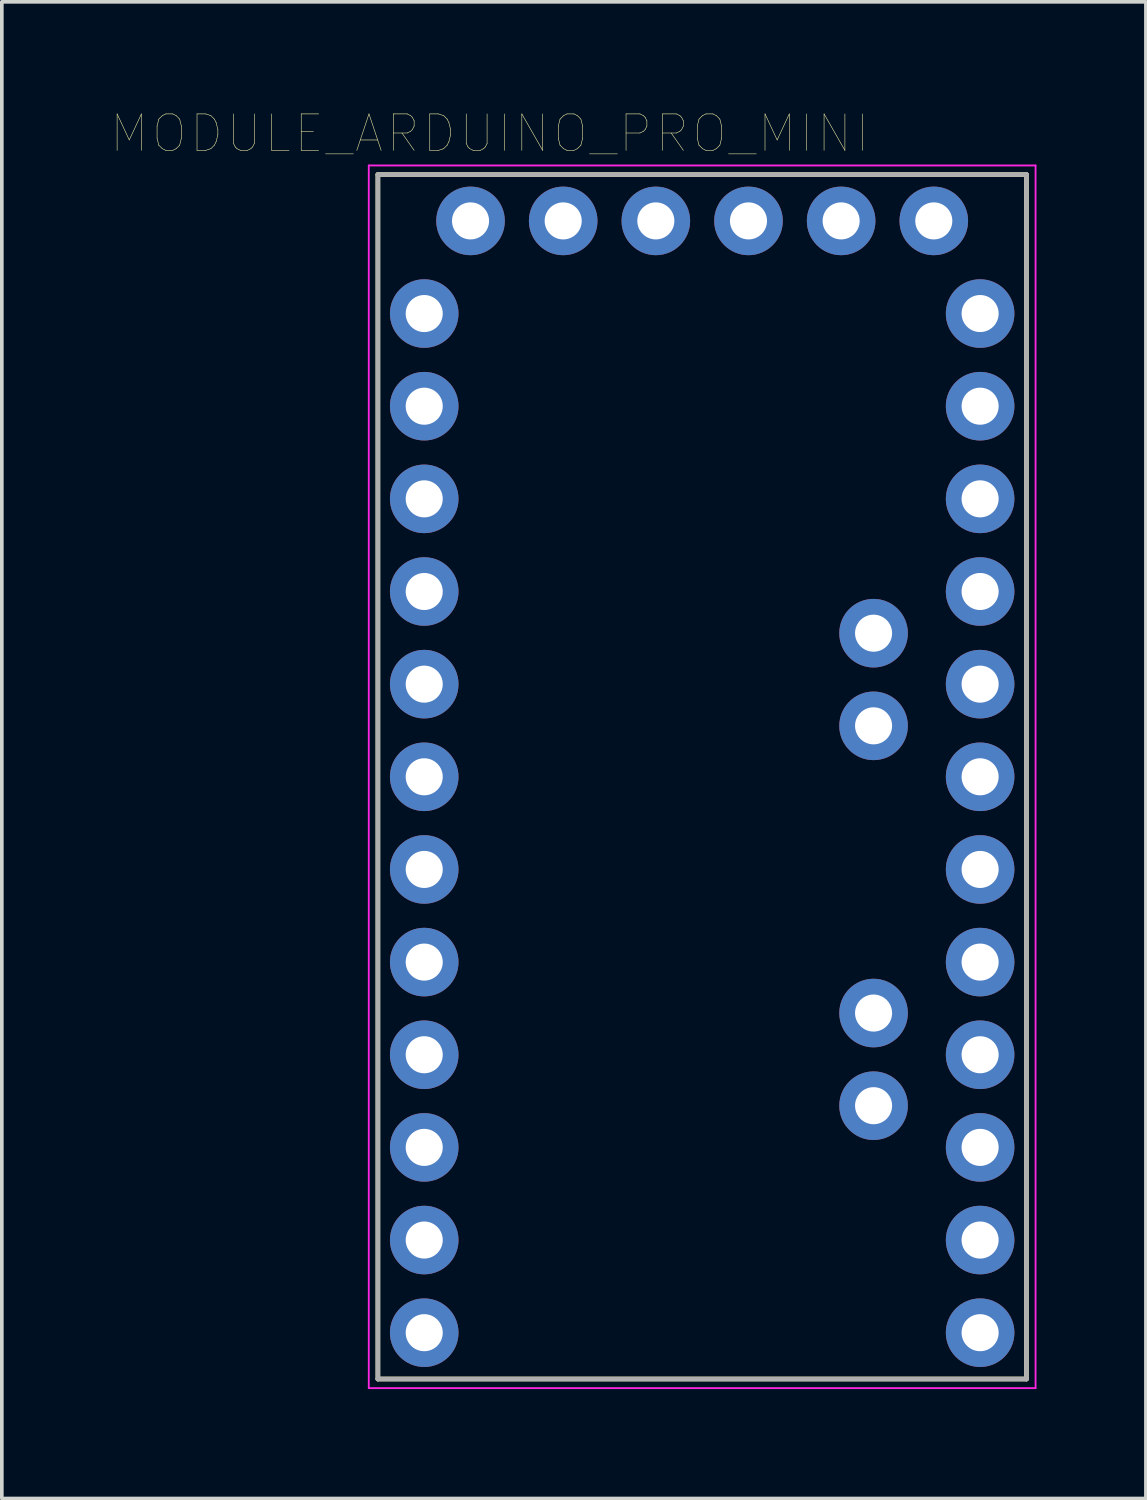
<source format=kicad_pcb>
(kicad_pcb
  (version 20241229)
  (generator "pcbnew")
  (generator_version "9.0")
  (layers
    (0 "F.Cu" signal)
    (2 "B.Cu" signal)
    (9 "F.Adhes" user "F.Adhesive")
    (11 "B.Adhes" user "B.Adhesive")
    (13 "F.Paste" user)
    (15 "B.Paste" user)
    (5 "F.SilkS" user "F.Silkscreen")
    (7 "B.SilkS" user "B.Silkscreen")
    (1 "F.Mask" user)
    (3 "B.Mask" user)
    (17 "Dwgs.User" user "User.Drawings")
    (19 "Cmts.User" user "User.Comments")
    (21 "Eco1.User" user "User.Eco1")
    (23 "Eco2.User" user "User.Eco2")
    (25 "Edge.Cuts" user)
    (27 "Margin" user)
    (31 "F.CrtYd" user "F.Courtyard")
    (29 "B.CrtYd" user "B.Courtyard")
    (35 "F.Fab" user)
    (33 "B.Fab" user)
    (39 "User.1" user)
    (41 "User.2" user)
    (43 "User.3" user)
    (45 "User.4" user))
  (footprint "MODULE_ARDUINO_PRO_MINI"
    (layer "F.Cu")
    (at 16.2 18.246)
    (property "Reference" "MODULE_ARDUINO_PRO_MINI" (at -5.825 -17.635 0) (layer "F.SilkS") (effects (font (size 1 1) (thickness 0.015))))
    (attr through_hole)
    (fp_line (start -8.89 -16.51) (end -8.89 16.51) (stroke (width 0.127) (type solid)) (layer "F.SilkS"))
    (fp_line (start -8.89 16.51) (end 8.89 16.51) (stroke (width 0.127) (type solid)) (layer "F.SilkS"))
    (fp_line (start 8.89 -16.51) (end -8.89 -16.51) (stroke (width 0.127) (type solid)) (layer "F.SilkS"))
    (fp_line (start 8.89 16.51) (end 8.89 -16.51) (stroke (width 0.127) (type solid)) (layer "F.SilkS"))
    (fp_line (start -9.14 -16.76) (end 9.14 -16.76) (stroke (width 0.05) (type solid)) (layer "F.CrtYd"))
    (fp_line (start -9.14 16.76) (end -9.14 -16.76) (stroke (width 0.05) (type solid)) (layer "F.CrtYd"))
    (fp_line (start 9.14 -16.76) (end 9.14 16.76) (stroke (width 0.05) (type solid)) (layer "F.CrtYd"))
    (fp_line (start 9.14 16.76) (end -9.14 16.76) (stroke (width 0.05) (type solid)) (layer "F.CrtYd"))
    (fp_line (start -8.89 -16.51) (end -8.89 16.51) (stroke (width 0.127) (type solid)) (layer "F.Fab"))
    (fp_line (start -8.89 16.51) (end 8.89 16.51) (stroke (width 0.127) (type solid)) (layer "F.Fab"))
    (fp_line (start 8.89 -16.51) (end -8.89 -16.51) (stroke (width 0.127) (type solid)) (layer "F.Fab"))
    (fp_line (start 8.89 16.51) (end 8.89 -16.51) (stroke (width 0.127) (type solid)) (layer "F.Fab"))
    (pad "JP1_1" thru_hole circle (at 6.35 -15.24) (size 1.88 1.88) (drill 1.016) (layers "*.Cu" "*.Mask"))
    (pad "JP1_2" thru_hole circle (at 3.81 -15.24) (size 1.88 1.88) (drill 1.016) (layers "*.Cu" "*.Mask"))
    (pad "JP1_3" thru_hole circle (at 1.27 -15.24) (size 1.88 1.88) (drill 1.016) (layers "*.Cu" "*.Mask"))
    (pad "JP1_4" thru_hole circle (at -1.27 -15.24) (size 1.88 1.88) (drill 1.016) (layers "*.Cu" "*.Mask"))
    (pad "JP1_5" thru_hole circle (at -3.81 -15.24) (size 1.88 1.88) (drill 1.016) (layers "*.Cu" "*.Mask"))
    (pad "JP1_6" thru_hole circle (at -6.35 -15.24) (size 1.88 1.88) (drill 1.016) (layers "*.Cu" "*.Mask"))
    (pad "JP2_1" thru_hole circle (at 4.699 -1.397) (size 1.88 1.88) (drill 1.016) (layers "*.Cu" "*.Mask"))
    (pad "JP2_2" thru_hole circle (at 4.699 -3.937) (size 1.88 1.88) (drill 1.016) (layers "*.Cu" "*.Mask"))
    (pad "JP3_1" thru_hole circle (at 4.699 9.017) (size 1.88 1.88) (drill 1.016) (layers "*.Cu" "*.Mask"))
    (pad "JP3_2" thru_hole circle (at 4.699 6.477) (size 1.88 1.88) (drill 1.016) (layers "*.Cu" "*.Mask"))
    (pad "JP6_1" thru_hole circle (at 7.62 -12.7) (size 1.88 1.88) (drill 1.016) (layers "*.Cu" "*.Mask"))
    (pad "JP6_2" thru_hole circle (at 7.62 -10.16) (size 1.88 1.88) (drill 1.016) (layers "*.Cu" "*.Mask"))
    (pad "JP6_3" thru_hole circle (at 7.62 -7.62) (size 1.88 1.88) (drill 1.016) (layers "*.Cu" "*.Mask"))
    (pad "JP6_4" thru_hole circle (at 7.62 -5.08) (size 1.88 1.88) (drill 1.016) (layers "*.Cu" "*.Mask"))
    (pad "JP6_5" thru_hole circle (at 7.62 -2.54) (size 1.88 1.88) (drill 1.016) (layers "*.Cu" "*.Mask"))
    (pad "JP6_6" thru_hole circle (at 7.62 0) (size 1.88 1.88) (drill 1.016) (layers "*.Cu" "*.Mask"))
    (pad "JP6_7" thru_hole circle (at 7.62 2.54) (size 1.88 1.88) (drill 1.016) (layers "*.Cu" "*.Mask"))
    (pad "JP6_8" thru_hole circle (at 7.62 5.08) (size 1.88 1.88) (drill 1.016) (layers "*.Cu" "*.Mask"))
    (pad "JP6_9" thru_hole circle (at 7.62 7.62) (size 1.88 1.88) (drill 1.016) (layers "*.Cu" "*.Mask"))
    (pad "JP6_10" thru_hole circle (at 7.62 10.16) (size 1.88 1.88) (drill 1.016) (layers "*.Cu" "*.Mask"))
    (pad "JP6_11" thru_hole circle (at 7.62 12.7) (size 1.88 1.88) (drill 1.016) (layers "*.Cu" "*.Mask"))
    (pad "JP6_12" thru_hole circle (at 7.62 15.24) (size 1.88 1.88) (drill 1.016) (layers "*.Cu" "*.Mask"))
    (pad "JP7_1" thru_hole circle (at -7.62 15.24) (size 1.88 1.88) (drill 1.016) (layers "*.Cu" "*.Mask"))
    (pad "JP7_2" thru_hole circle (at -7.62 12.7) (size 1.88 1.88) (drill 1.016) (layers "*.Cu" "*.Mask"))
    (pad "JP7_3" thru_hole circle (at -7.62 10.16) (size 1.88 1.88) (drill 1.016) (layers "*.Cu" "*.Mask"))
    (pad "JP7_4" thru_hole circle (at -7.62 7.62) (size 1.88 1.88) (drill 1.016) (layers "*.Cu" "*.Mask"))
    (pad "JP7_5" thru_hole circle (at -7.62 5.08) (size 1.88 1.88) (drill 1.016) (layers "*.Cu" "*.Mask"))
    (pad "JP7_6" thru_hole circle (at -7.62 2.54) (size 1.88 1.88) (drill 1.016) (layers "*.Cu" "*.Mask"))
    (pad "JP7_7" thru_hole circle (at -7.62 0) (size 1.88 1.88) (drill 1.016) (layers "*.Cu" "*.Mask"))
    (pad "JP7_8" thru_hole circle (at -7.62 -2.54) (size 1.88 1.88) (drill 1.016) (layers "*.Cu" "*.Mask"))
    (pad "JP7_9" thru_hole circle (at -7.62 -5.08) (size 1.88 1.88) (drill 1.016) (layers "*.Cu" "*.Mask"))
    (pad "JP7_10" thru_hole circle (at -7.62 -7.62) (size 1.88 1.88) (drill 1.016) (layers "*.Cu" "*.Mask"))
    (pad "JP7_11" thru_hole circle (at -7.62 -10.16) (size 1.88 1.88) (drill 1.016) (layers "*.Cu" "*.Mask"))
    (pad "JP7_12" thru_hole circle (at -7.62 -12.7) (size 1.88 1.88) (drill 1.016) (layers "*.Cu" "*.Mask")))
  (gr_rect
    (start -3 -3)
    (end 28.365 38.031)
    (stroke (width 0.1) (type default))
    (fill no)
    (layer "Edge.Cuts")))
</source>
